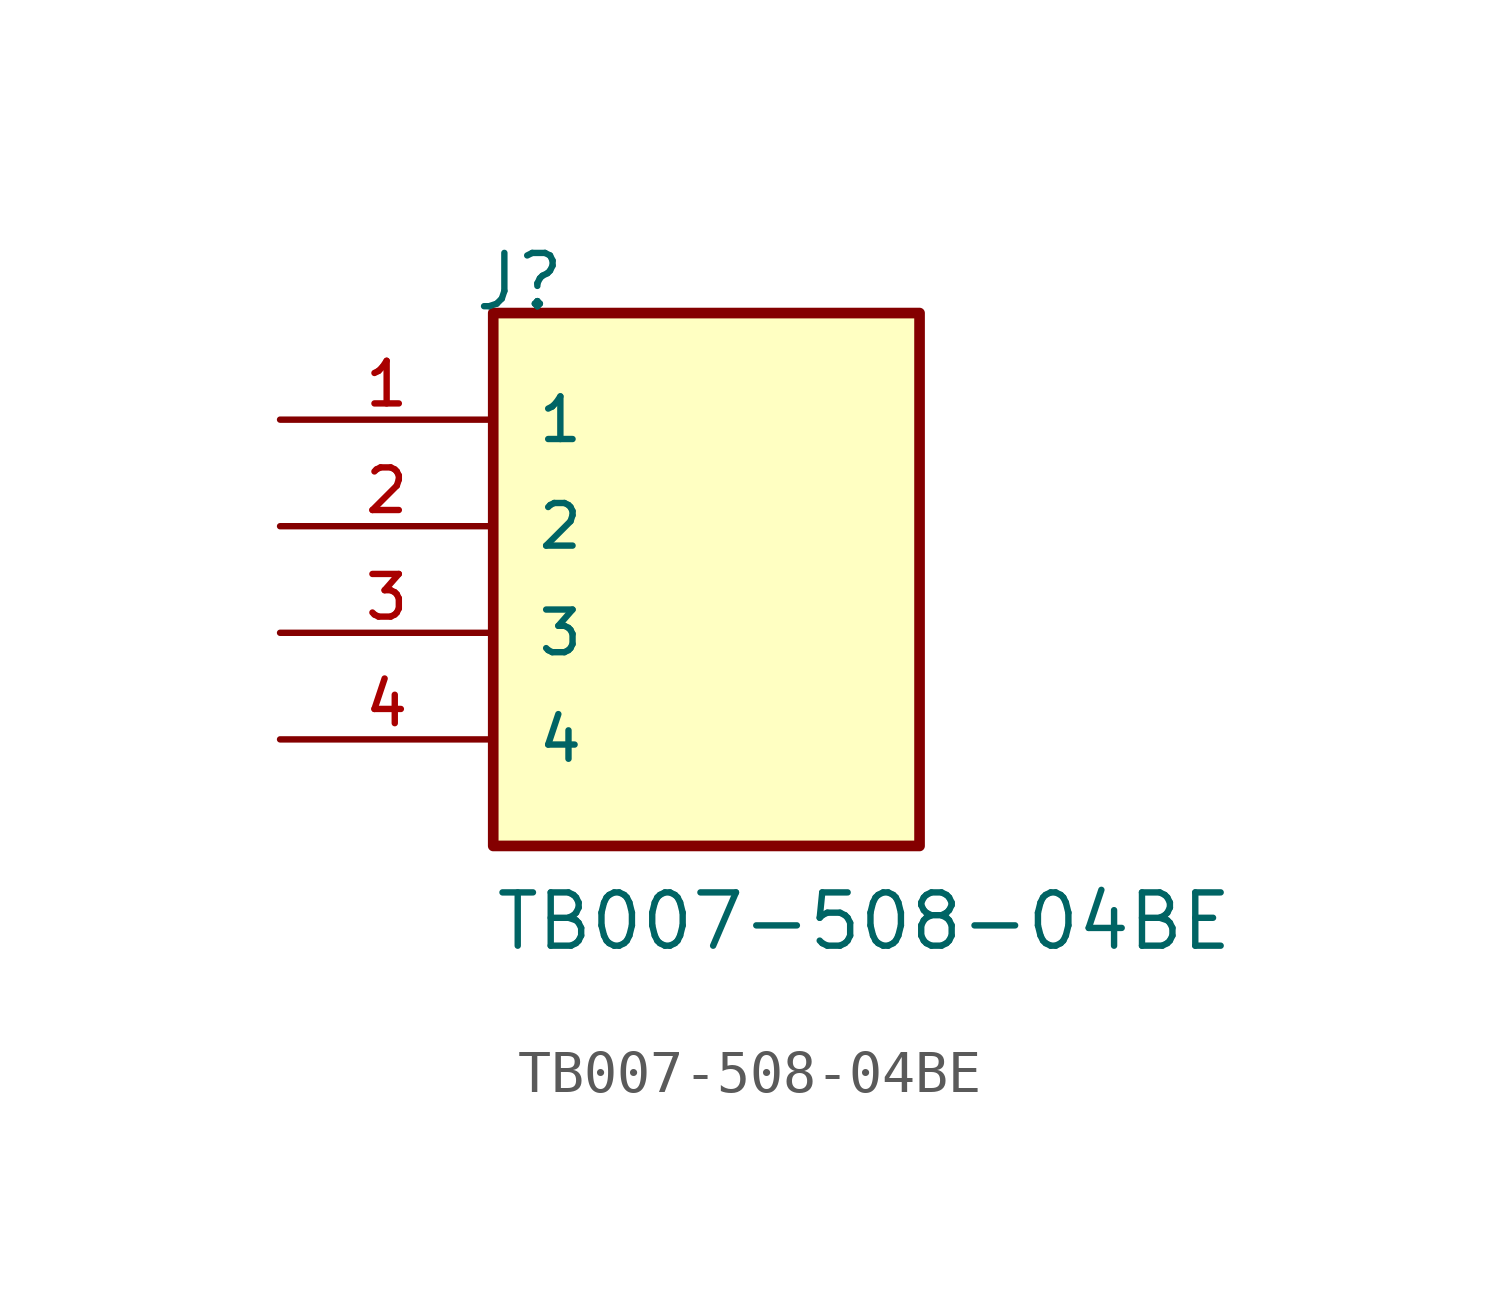
<source format=kicad_sym>
(kicad_symbol_lib
  (version 20211014)
  (generator kicad_symbol_editor)
  (symbol "TB007-508-04BE"
    (pin_names
      (offset 1.016))
    (property "Reference" "J"
      (at -5.58 7.62 0)
      (effects (font (size 1.27 1.27)) (justify bottom left)))
    (property "Value" "TB007-508-04BE"
      (at -5.08 -7.62 0)
      (effects (font (size 1.27 1.27)) (justify bottom left)))
    (symbol "TB007-508-04BE_0_0"
      (rectangle (start -5.08 -5.08) (end 5.08 7.62) (stroke (width 0.254)) (fill (type background)))
      (pin passive line (at -10.16 5.08 0) (length 5.08) (name "1" (effects (font (size 1.016 1.016)))) (number "1" (effects (font (size 1.016 1.016)))))
      (pin passive line (at -10.16 2.54 0) (length 5.08) (name "2" (effects (font (size 1.016 1.016)))) (number "2" (effects (font (size 1.016 1.016)))))
      (pin passive line (at -10.16 0.0 0) (length 5.08) (name "3" (effects (font (size 1.016 1.016)))) (number "3" (effects (font (size 1.016 1.016)))))
      (pin passive line (at -10.16 -2.54 0) (length 5.08) (name "4" (effects (font (size 1.016 1.016)))) (number "4" (effects (font (size 1.016 1.016))))))))
</source>
